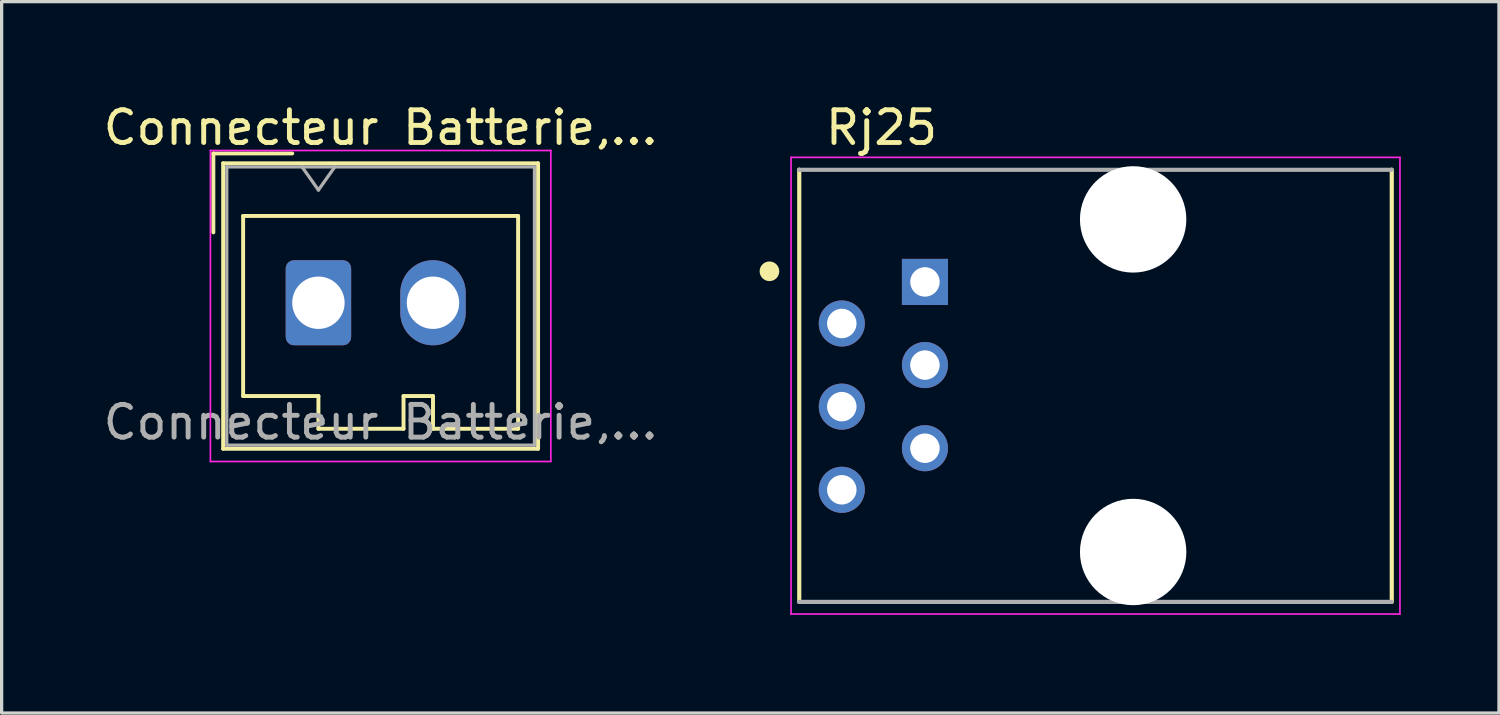
<source format=kicad_pcb>
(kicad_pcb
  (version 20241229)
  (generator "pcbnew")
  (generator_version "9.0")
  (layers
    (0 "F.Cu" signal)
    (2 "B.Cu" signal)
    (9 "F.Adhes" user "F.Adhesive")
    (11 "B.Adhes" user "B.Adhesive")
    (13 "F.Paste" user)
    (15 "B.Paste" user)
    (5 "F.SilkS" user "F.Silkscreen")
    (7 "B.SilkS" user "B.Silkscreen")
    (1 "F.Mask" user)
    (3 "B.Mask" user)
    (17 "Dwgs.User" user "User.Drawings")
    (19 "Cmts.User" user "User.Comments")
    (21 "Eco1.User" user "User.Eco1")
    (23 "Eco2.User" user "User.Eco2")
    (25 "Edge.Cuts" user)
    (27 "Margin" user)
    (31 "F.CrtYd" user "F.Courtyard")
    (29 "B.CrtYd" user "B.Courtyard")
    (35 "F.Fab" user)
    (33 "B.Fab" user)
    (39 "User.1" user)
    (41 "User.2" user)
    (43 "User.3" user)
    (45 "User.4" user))
  (footprint "Rj25"
    (layer "F.Cu")
    (at 25.205 8.732)
    (property "Reference" "Rj25" (at -1.326 -7.884 0) (layer "F.SilkS") (effects (font (size 1 1) (thickness 0.15))))
    (attr through_hole)
    (fp_line (start -3.84 -6.6) (end -3.84 6.605) (stroke (width 0.127) (type solid)) (layer "F.SilkS"))
    (fp_line (start 14.26 6.605) (end 14.26 -6.6) (stroke (width 0.127) (type solid)) (layer "F.SilkS"))
    (fp_circle (center -4.75 -3.495) (end -4.6 -3.495) (stroke (width 0.3) (type solid)) (fill no) (layer "F.SilkS"))
    (fp_line (start -4.09 -6.975) (end -4.09 6.975) (stroke (width 0.05) (type solid)) (layer "F.CrtYd"))
    (fp_line (start -4.09 6.975) (end 14.51 6.975) (stroke (width 0.05) (type solid)) (layer "F.CrtYd"))
    (fp_line (start 14.51 -6.975) (end -4.09 -6.975) (stroke (width 0.05) (type solid)) (layer "F.CrtYd"))
    (fp_line (start 14.51 6.975) (end 14.51 -6.975) (stroke (width 0.05) (type solid)) (layer "F.CrtYd"))
    (fp_line (start -3.85 6.605) (end 14.25 6.605) (stroke (width 0.127) (type solid)) (layer "F.Fab"))
    (fp_line (start 14.25 -6.595) (end -3.85 -6.595) (stroke (width 0.127) (type solid)) (layer "F.Fab"))
    (fp_circle (center 0 -3.17) (end 0.15 -3.17) (stroke (width 0.3) (type solid)) (fill no) (layer "F.Fab"))
    (pad "" np_thru_hole circle (at 6.36 -5.08) (size 3.25 3.25) (drill 3.25) (layers "*.Cu" "*.Mask"))
    (pad "" np_thru_hole circle (at 6.36 5.08) (size 3.25 3.25) (drill 3.25) (layers "*.Cu" "*.Mask"))
    (pad "1" thru_hole rect (at 0 -3.17) (size 1.408 1.408) (drill 0.9) (layers "*.Cu" "*.Mask"))
    (pad "2" thru_hole circle (at -2.54 -1.9) (size 1.408 1.408) (drill 0.9) (layers "*.Cu" "*.Mask"))
    (pad "3" thru_hole circle (at 0 -0.63) (size 1.408 1.408) (drill 0.9) (layers "*.Cu" "*.Mask"))
    (pad "4" thru_hole circle (at -2.54 0.64) (size 1.408 1.408) (drill 0.9) (layers "*.Cu" "*.Mask"))
    (pad "5" thru_hole circle (at 0 1.91) (size 1.408 1.408) (drill 0.9) (layers "*.Cu" "*.Mask"))
    (pad "6" thru_hole circle (at -2.54 3.18) (size 1.408 1.408) (drill 0.9) (layers "*.Cu" "*.Mask")))
  (footprint "Connecteur Batterie,..."
    (layer "F.Cu")
    (at 6.677 6.198)
    (property "Reference" "Connecteur Batterie,..." (at 1.9 -5.35 0) (layer "F.SilkS") (effects (font (size 1 1) (thickness 0.15))))
    (attr through_hole)
    (fp_line (start -3.21 -4.56) (end -0.8 -4.56) (stroke (width 0.12) (type solid)) (layer "F.SilkS"))
    (fp_line (start -3.21 -2.15) (end -3.21 -4.56) (stroke (width 0.12) (type solid)) (layer "F.SilkS"))
    (fp_line (start -2.91 -4.26) (end -2.91 4.46) (stroke (width 0.12) (type solid)) (layer "F.SilkS"))
    (fp_line (start -2.91 4.46) (end 6.71 4.46) (stroke (width 0.12) (type solid)) (layer "F.SilkS"))
    (fp_line (start -2.3 -2.65) (end -2.3 2.85) (stroke (width 0.12) (type solid)) (layer "F.SilkS"))
    (fp_line (start -2.3 2.85) (end 0 2.85) (stroke (width 0.12) (type solid)) (layer "F.SilkS"))
    (fp_line (start 0 2.85) (end 0 3.85) (stroke (width 0.12) (type solid)) (layer "F.SilkS"))
    (fp_line (start 0 3.85) (end 2.6 3.85) (stroke (width 0.12) (type solid)) (layer "F.SilkS"))
    (fp_line (start 2.6 2.85) (end 3.5 2.85) (stroke (width 0.12) (type solid)) (layer "F.SilkS"))
    (fp_line (start 2.6 3.85) (end 2.6 2.85) (stroke (width 0.12) (type solid)) (layer "F.SilkS"))
    (fp_line (start 3.5 2.85) (end 3.5 3.85) (stroke (width 0.12) (type solid)) (layer "F.SilkS"))
    (fp_line (start 3.5 3.85) (end 6.1 3.85) (stroke (width 0.12) (type solid)) (layer "F.SilkS"))
    (fp_line (start 6.1 -2.65) (end -2.3 -2.65) (stroke (width 0.12) (type solid)) (layer "F.SilkS"))
    (fp_line (start 6.1 3.85) (end 6.1 -2.65) (stroke (width 0.12) (type solid)) (layer "F.SilkS"))
    (fp_line (start 6.71 -4.26) (end -2.91 -4.26) (stroke (width 0.12) (type solid)) (layer "F.SilkS"))
    (fp_line (start 6.71 4.46) (end 6.71 -4.26) (stroke (width 0.12) (type solid)) (layer "F.SilkS"))
    (fp_line (start -3.3 -4.65) (end -3.3 4.85) (stroke (width 0.05) (type solid)) (layer "F.CrtYd"))
    (fp_line (start -3.3 4.85) (end 7.1 4.85) (stroke (width 0.05) (type solid)) (layer "F.CrtYd"))
    (fp_line (start 7.1 -4.65) (end -3.3 -4.65) (stroke (width 0.05) (type solid)) (layer "F.CrtYd"))
    (fp_line (start 7.1 4.85) (end 7.1 -4.65) (stroke (width 0.05) (type solid)) (layer "F.CrtYd"))
    (fp_line (start -2.8 -4.15) (end -2.8 4.35) (stroke (width 0.1) (type solid)) (layer "F.Fab"))
    (fp_line (start -2.8 4.35) (end 6.6 4.35) (stroke (width 0.1) (type solid)) (layer "F.Fab"))
    (fp_line (start -0.5 -4.15) (end 0 -3.443) (stroke (width 0.1) (type solid)) (layer "F.Fab"))
    (fp_line (start 0 -3.443) (end 0.5 -4.15) (stroke (width 0.1) (type solid)) (layer "F.Fab"))
    (fp_line (start 6.6 -4.15) (end -2.8 -4.15) (stroke (width 0.1) (type solid)) (layer "F.Fab"))
    (fp_line (start 6.6 4.35) (end 6.6 -4.15) (stroke (width 0.1) (type solid)) (layer "F.Fab"))
    (fp_text user "${REFERENCE}" (at 1.9 3.65 0) (layer "F.Fab") (effects (font (size 1 1) (thickness 0.15))))
    (pad "1" thru_hole roundrect (at 0 0) (size 2 2.6) (drill 1.6) (layers "*.Cu" "*.Mask") (roundrect_rratio 0.125))
    (pad "2" thru_hole oval (at 3.5 0) (size 2 2.6) (drill 1.6) (layers "*.Cu" "*.Mask")))
  (gr_rect
    (start -3 -3)
    (end 42.74 18.732)
    (stroke (width 0.1) (type default))
    (fill no)
    (layer "Edge.Cuts")))
</source>
